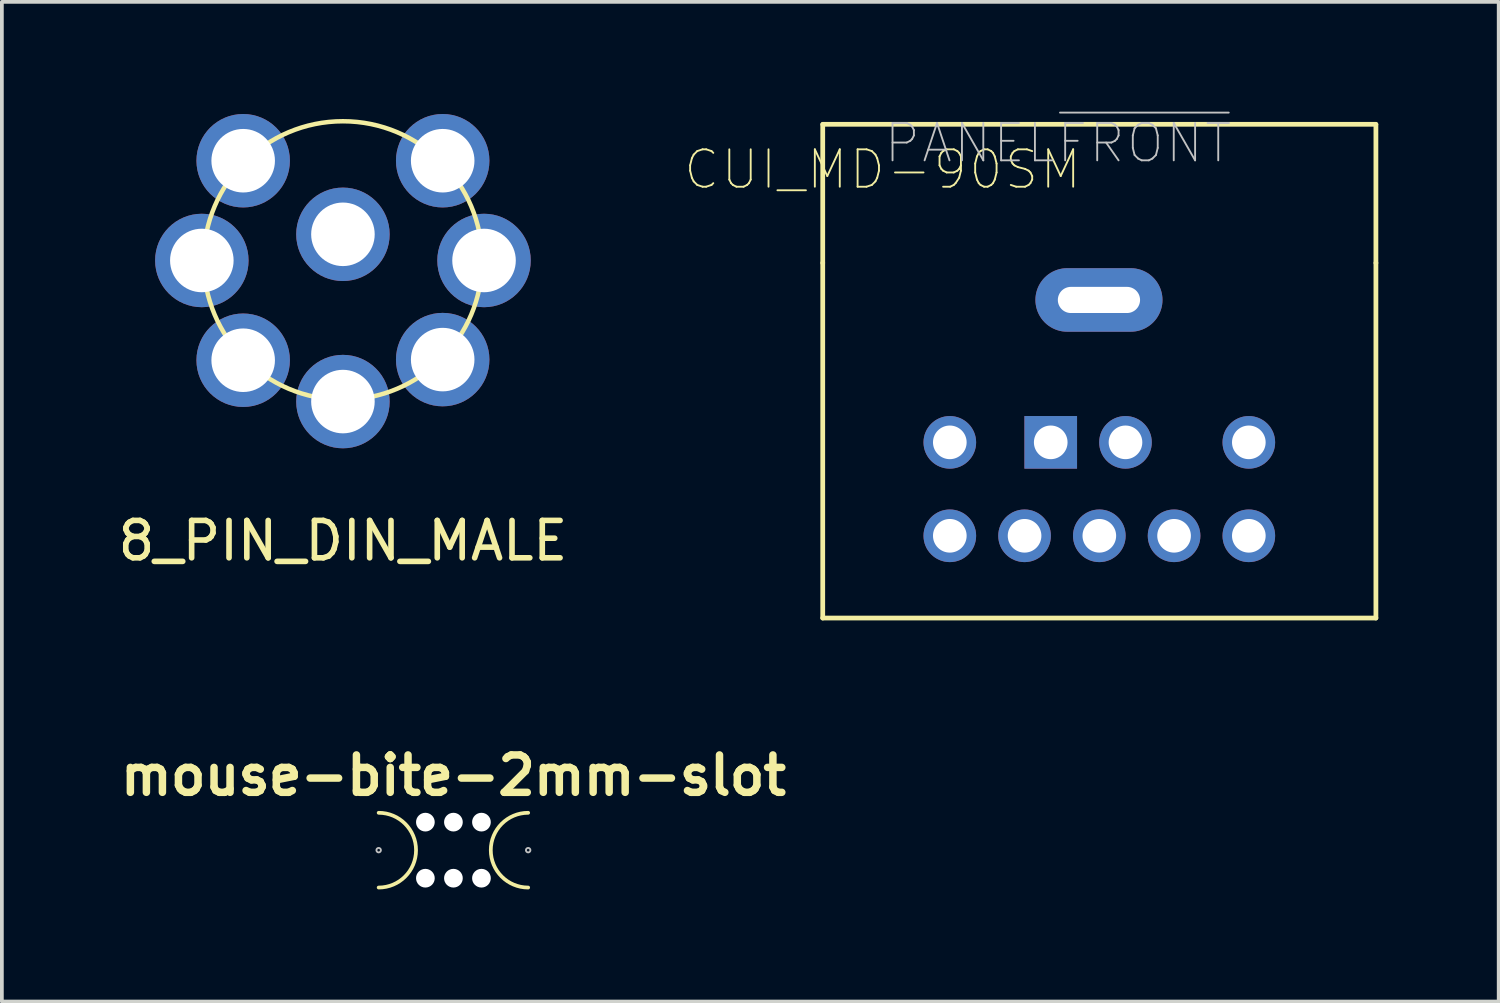
<source format=kicad_pcb>
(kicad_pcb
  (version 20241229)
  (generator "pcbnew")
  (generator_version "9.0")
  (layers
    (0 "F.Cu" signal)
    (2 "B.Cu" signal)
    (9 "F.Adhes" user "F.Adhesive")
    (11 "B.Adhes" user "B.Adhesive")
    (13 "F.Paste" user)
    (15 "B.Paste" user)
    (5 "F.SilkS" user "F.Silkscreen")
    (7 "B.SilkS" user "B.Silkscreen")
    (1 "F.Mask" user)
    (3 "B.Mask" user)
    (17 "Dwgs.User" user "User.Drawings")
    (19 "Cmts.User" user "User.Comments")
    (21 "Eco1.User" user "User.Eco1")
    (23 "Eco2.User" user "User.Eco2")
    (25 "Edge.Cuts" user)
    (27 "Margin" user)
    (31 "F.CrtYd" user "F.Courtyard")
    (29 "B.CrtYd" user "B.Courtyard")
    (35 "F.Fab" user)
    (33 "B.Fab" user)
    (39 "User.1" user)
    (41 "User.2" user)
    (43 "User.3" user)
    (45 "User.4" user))
  (footprint "mouse-bite-2mm-slot"
    (layer "F.Cu")
    (at 9.081 19.696)
    (property "Reference" "mouse-bite-2mm-slot" (at 0 -2 0) (layer "F.SilkS") (effects (font (size 1 1) (thickness 0.2))))
    (attr through_hole)
    (fp_arc (start -2 -1) (mid -1 0) (end -2 1) (stroke (width 0.1) (type solid)) (layer "F.SilkS"))
    (fp_arc (start 2 1) (mid 1 0) (end 2 -1) (stroke (width 0.1) (type solid)) (layer "F.SilkS"))
    (fp_circle (center -2 0) (end -2 -0.06) (stroke (width 0.05) (type solid)) (fill no) (layer "Dwgs.User"))
    (fp_circle (center 2 0) (end 2.06 0) (stroke (width 0.05) (type solid)) (fill no) (layer "Dwgs.User"))
    (fp_line (start -2 0) (end -2 0) (stroke (width 2) (type solid)) (layer "Eco1.User"))
    (fp_line (start 2 0) (end 2 0) (stroke (width 2) (type solid)) (layer "Eco1.User"))
    (pad "" np_thru_hole circle (at -0.75 -0.75) (size 0.5 0.5) (drill 0.5) (layers "*.Cu" "*.Mask"))
    (pad "" np_thru_hole circle (at -0.75 0.75) (size 0.5 0.5) (drill 0.5) (layers "*.Cu" "*.Mask"))
    (pad "" np_thru_hole circle (at 0 -0.75) (size 0.5 0.5) (drill 0.5) (layers "*.Cu" "*.Mask"))
    (pad "" np_thru_hole circle (at 0 0.75) (size 0.5 0.5) (drill 0.5) (layers "*.Cu" "*.Mask"))
    (pad "" np_thru_hole circle (at 0.75 -0.75) (size 0.5 0.5) (drill 0.5) (layers "*.Cu" "*.Mask"))
    (pad "" np_thru_hole circle (at 0.75 0.75) (size 0.5 0.5) (drill 0.5) (layers "*.Cu" "*.Mask")))
  (footprint "8_PIN_DIN_MALE"
    (layer "F.Cu")
    (at 6.125 3.919)
    (property "Reference" "8_PIN_DIN_MALE" (at 0 7.5 0) (layer "F.SilkS") (effects (font (size 1 1) (thickness 0.15))))
    (attr through_hole)
    (fp_circle (center 0 0) (end 3.725 0) (stroke (width 0.12) (type solid)) (fill no) (layer "F.SilkS"))
    (pad "1" thru_hole circle (at -3.775 0) (size 2.5 2.5) (drill 1.7) (layers "*.Cu" "*.Mask"))
    (pad "2" thru_hole circle (at 0 3.775) (size 2.5 2.5) (drill 1.7) (layers "*.Cu" "*.Mask"))
    (pad "3" thru_hole circle (at 3.775 0) (size 2.5 2.5) (drill 1.7) (layers "*.Cu" "*.Mask"))
    (pad "4" thru_hole circle (at -2.669 2.669) (size 2.5 2.5) (drill 1.7) (layers "*.Cu" "*.Mask"))
    (pad "5" thru_hole circle (at 2.669 2.652) (size 2.5 2.5) (drill 1.7) (layers "*.Cu" "*.Mask"))
    (pad "6" thru_hole circle (at -2.669 -2.669) (size 2.5 2.5) (drill 1.7) (layers "*.Cu" "*.Mask"))
    (pad "7" thru_hole circle (at 2.669 -2.669) (size 2.5 2.5) (drill 1.7) (layers "*.Cu" "*.Mask"))
    (pad "8" thru_hole circle (at 0 -0.7) (size 2.5 2.5) (drill 1.7) (layers "*.Cu" "*.Mask")))
  (footprint "CUI_MD-90SM"
    (layer "F.Cu")
    (at 26.362 4.985)
    (property "Reference" "CUI_MD-90SM" (at -5.8 -3.5 0) (layer "F.SilkS") (effects (font (size 1.001 1.001) (thickness 0.05))))
    (attr through_hole)
    (fp_line (start -7.4 -4.71) (end 7.4 -4.71) (stroke (width 0.127) (type solid)) (layer "F.SilkS"))
    (fp_line (start -7.4 -4.7) (end -7.4 -1) (stroke (width 0.127) (type solid)) (layer "F.SilkS"))
    (fp_line (start -7.4 8.5) (end -7.4 -1) (stroke (width 0.127) (type solid)) (layer "F.SilkS"))
    (fp_line (start 7.4 -4.7) (end 7.4 -1) (stroke (width 0.127) (type solid)) (layer "F.SilkS"))
    (fp_line (start 7.4 8.5) (end -7.4 8.5) (stroke (width 0.127) (type solid)) (layer "F.SilkS"))
    (fp_line (start 7.4 8.5) (end 7.4 -1) (stroke (width 0.127) (type solid)) (layer "F.SilkS"))
    (fp_line (start -7.65 -4.96) (end -7.65 -1.01) (stroke (width 0.05) (type solid)) (layer "Eco1.User"))
    (fp_line (start -7.65 -4.96) (end 7.65 -4.96) (stroke (width 0.05) (type solid)) (layer "Eco1.User"))
    (fp_line (start -7.65 -1.01) (end -7.65 -1.01) (stroke (width 0.05) (type solid)) (layer "Eco1.User"))
    (fp_line (start -7.65 -1.01) (end -7.65 2.82) (stroke (width 0.05) (type solid)) (layer "Eco1.User"))
    (fp_line (start -7.65 2.82) (end -7.65 2.82) (stroke (width 0.05) (type solid)) (layer "Eco1.User"))
    (fp_line (start -7.65 2.82) (end -7.65 8.75) (stroke (width 0.05) (type solid)) (layer "Eco1.User"))
    (fp_line (start 7.65 -4.96) (end 7.65 -1.11) (stroke (width 0.05) (type solid)) (layer "Eco1.User"))
    (fp_line (start 7.65 -1.11) (end 7.66 -1.11) (stroke (width 0.05) (type solid)) (layer "Eco1.User"))
    (fp_line (start 7.65 8.75) (end -7.65 8.75) (stroke (width 0.05) (type solid)) (layer "Eco1.User"))
    (fp_line (start 7.65 8.75) (end 7.65 2.75) (stroke (width 0.05) (type solid)) (layer "Eco1.User"))
    (fp_line (start 7.66 -1.11) (end 7.66 2.75) (stroke (width 0.05) (type solid)) (layer "Eco1.User"))
    (fp_line (start 7.66 2.75) (end 7.66 2.75) (stroke (width 0.05) (type solid)) (layer "Eco1.User"))
    (fp_line (start -7.4 -4.7) (end 7.4 -4.7) (stroke (width 0.127) (type solid)) (layer "Eco2.User"))
    (fp_line (start -7.4 8.5) (end -7.4 -4.7) (stroke (width 0.127) (type solid)) (layer "Eco2.User"))
    (fp_line (start -3.51 -4.71) (end -3.51 1.29) (stroke (width 0.152) (type solid)) (layer "Eco2.User"))
    (fp_line (start -3.51 1.29) (end 3.49 1.29) (stroke (width 0.152) (type solid)) (layer "Eco2.User"))
    (fp_line (start -1.458 -4.63) (end -1.458 -3.822) (stroke (width 0.152) (type solid)) (layer "Eco2.User"))
    (fp_line (start -1.458 -3.822) (end 1.438 -3.822) (stroke (width 0.152) (type solid)) (layer "Eco2.User"))
    (fp_line (start 1.438 -3.822) (end 1.438 -4.63) (stroke (width 0.152) (type solid)) (layer "Eco2.User"))
    (fp_line (start 3.49 1.29) (end 3.49 -4.71) (stroke (width 0.152) (type solid)) (layer "Eco2.User"))
    (fp_line (start 7.4 -4.7) (end 7.4 8.5) (stroke (width 0.127) (type solid)) (layer "Eco2.User"))
    (fp_line (start 7.4 8.5) (end -7.4 8.5) (stroke (width 0.127) (type solid)) (layer "Eco2.User"))
    (fp_text user "PANEL~{FRONT}" (at -1.104 -4.205 0) (unlocked yes) (layer "Dwgs.User") (effects (font (size 1 1) (thickness 0.05))))
    (pad "1" thru_hole rect (at -1.3 3.8) (size 1.408 1.408) (drill 0.9) (layers "*.Cu" "*.Mask"))
    (pad "2" thru_hole circle (at 0.7 3.8) (size 1.408 1.408) (drill 0.9) (layers "*.Cu" "*.Mask"))
    (pad "3" thru_hole circle (at -4 3.8) (size 1.408 1.408) (drill 0.9) (layers "*.Cu" "*.Mask"))
    (pad "4" thru_hole circle (at -2 6.3) (size 1.408 1.408) (drill 0.9) (layers "*.Cu" "*.Mask"))
    (pad "5" thru_hole circle (at 0 6.3) (size 1.408 1.408) (drill 0.9) (layers "*.Cu" "*.Mask"))
    (pad "6" thru_hole circle (at 4 3.8) (size 1.408 1.408) (drill 0.9) (layers "*.Cu" "*.Mask"))
    (pad "7" thru_hole circle (at -4 6.3) (size 1.408 1.408) (drill 0.9) (layers "*.Cu" "*.Mask"))
    (pad "8" thru_hole circle (at 2 6.3) (size 1.408 1.408) (drill 0.9) (layers "*.Cu" "*.Mask"))
    (pad "9" thru_hole circle (at 4 6.3) (size 1.408 1.408) (drill 0.9) (layers "*.Cu" "*.Mask"))
    (pad "S1" thru_hole oval (at -0.01 -0.01) (size 3.4 1.7) (drill oval 2.2 0.7) (layers "*.Cu" "*.Mask")))
  (gr_rect
    (start -3 -3)
    (end 37.047 23.746)
    (stroke (width 0.1) (type default))
    (fill no)
    (layer "Edge.Cuts")))
</source>
